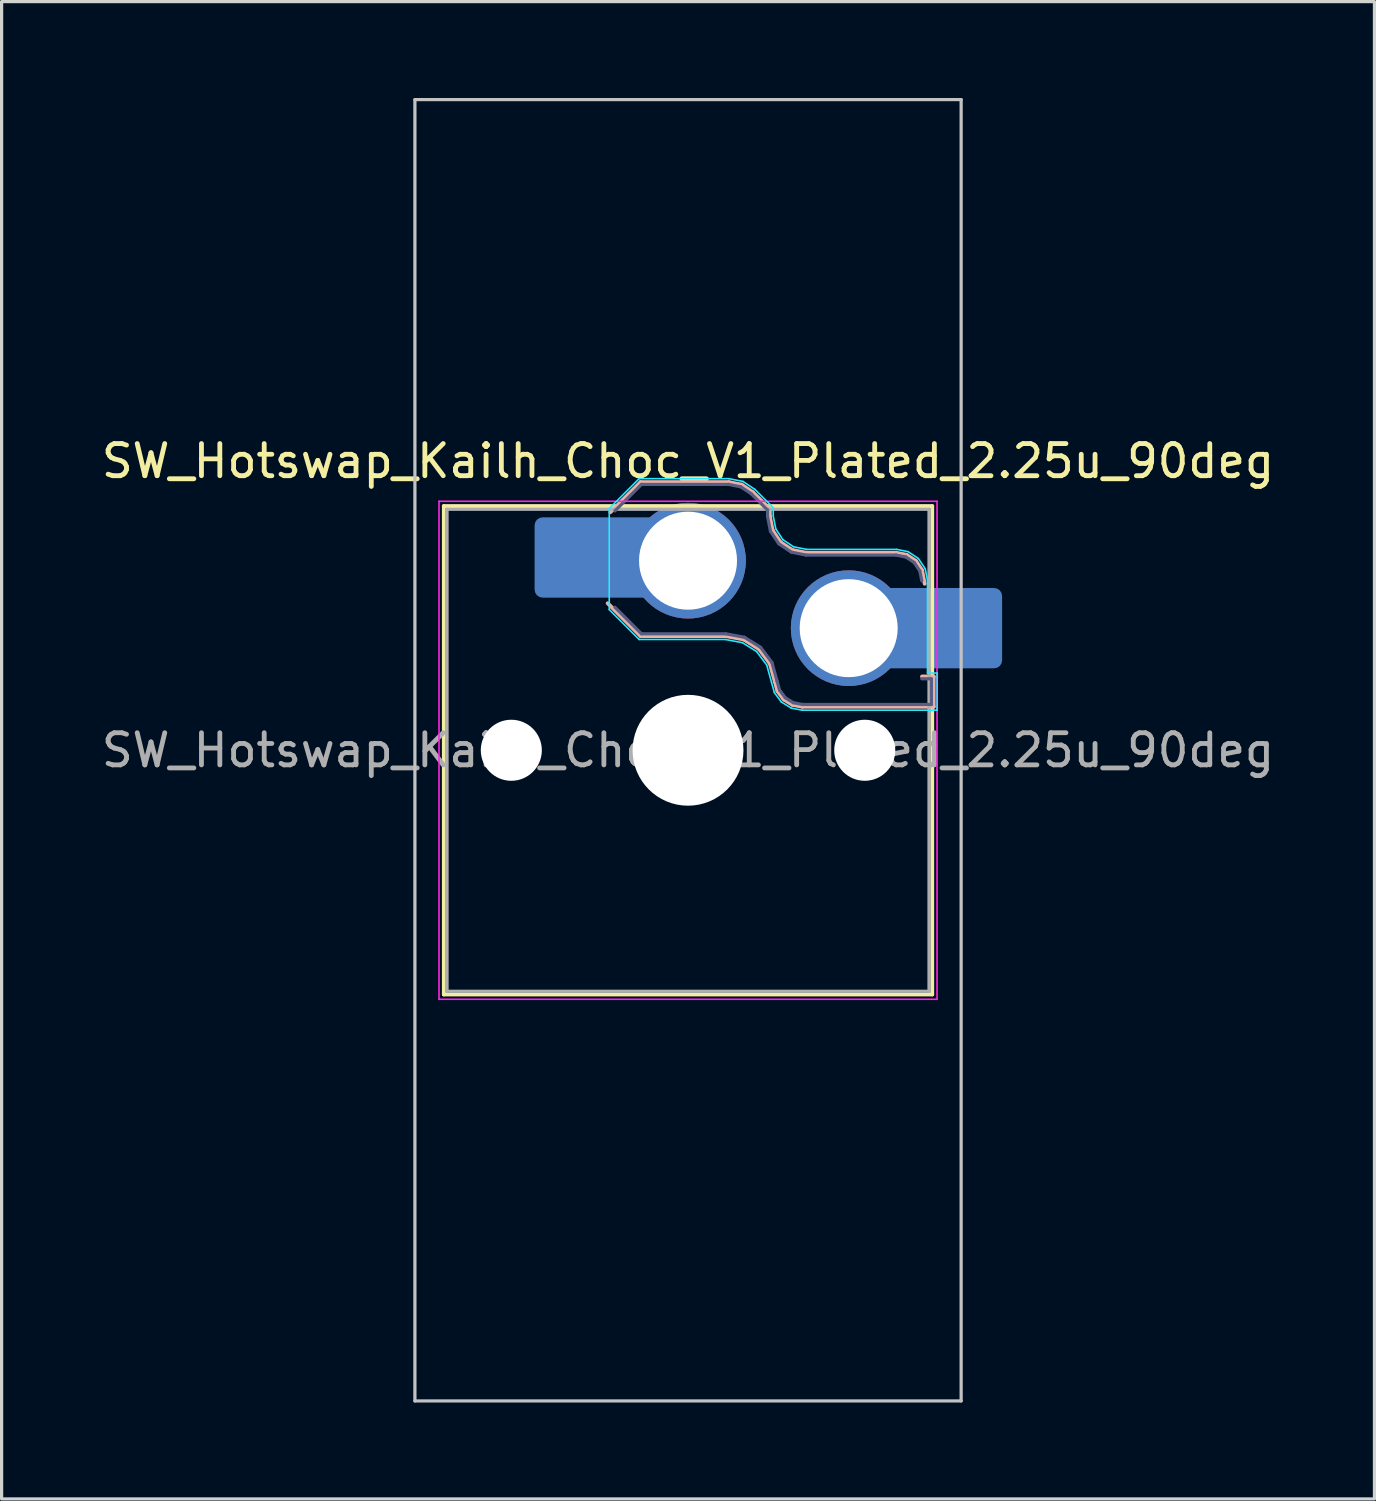
<source format=kicad_pcb>
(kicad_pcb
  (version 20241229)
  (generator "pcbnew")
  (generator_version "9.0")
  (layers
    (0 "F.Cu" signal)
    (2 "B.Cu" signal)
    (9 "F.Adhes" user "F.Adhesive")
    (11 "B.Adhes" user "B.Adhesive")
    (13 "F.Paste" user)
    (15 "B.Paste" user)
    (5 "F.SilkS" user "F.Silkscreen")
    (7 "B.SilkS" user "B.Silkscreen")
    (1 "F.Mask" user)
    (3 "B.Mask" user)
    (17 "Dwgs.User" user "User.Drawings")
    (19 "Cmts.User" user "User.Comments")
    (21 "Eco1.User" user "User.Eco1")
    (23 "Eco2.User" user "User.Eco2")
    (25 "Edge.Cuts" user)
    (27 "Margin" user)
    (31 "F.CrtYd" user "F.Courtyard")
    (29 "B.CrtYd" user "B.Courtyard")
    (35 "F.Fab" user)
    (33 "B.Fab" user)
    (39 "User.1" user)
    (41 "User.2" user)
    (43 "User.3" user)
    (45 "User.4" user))
  (footprint "SW_Hotswap_Kailh_Choc_V1_Plated_2.25u_90deg"
    (layer "F.Cu")
    (at 18.363 20.3)
    (property "Reference" "SW_Hotswap_Kailh_Choc_V1_Plated_2.25u_90deg" (at 0 -9 0) (layer "F.SilkS") (effects (font (size 1 1) (thickness 0.15))))
    (attr smd)
    (fp_line (start -7.6 -7.6) (end -7.6 7.6) (stroke (width 0.12) (type solid)) (layer "F.SilkS"))
    (fp_line (start -7.6 7.6) (end 7.6 7.6) (stroke (width 0.12) (type solid)) (layer "F.SilkS"))
    (fp_line (start 7.6 -7.6) (end -7.6 -7.6) (stroke (width 0.12) (type solid)) (layer "F.SilkS"))
    (fp_line (start 7.6 7.6) (end 7.6 -7.6) (stroke (width 0.12) (type solid)) (layer "F.SilkS"))
    (fp_line (start -2.416 -7.409) (end -1.479 -8.346) (stroke (width 0.12) (type solid)) (layer "B.SilkS"))
    (fp_line (start -1.479 -8.346) (end 1.268 -8.346) (stroke (width 0.12) (type solid)) (layer "B.SilkS"))
    (fp_line (start -1.479 -3.554) (end -2.5 -4.575) (stroke (width 0.12) (type solid)) (layer "B.SilkS"))
    (fp_line (start 1.168 -3.554) (end -1.479 -3.554) (stroke (width 0.12) (type solid)) (layer "B.SilkS"))
    (fp_line (start 1.268 -8.346) (end 1.671 -8.266) (stroke (width 0.12) (type solid)) (layer "B.SilkS"))
    (fp_line (start 1.671 -8.266) (end 2.013 -8.037) (stroke (width 0.12) (type solid)) (layer "B.SilkS"))
    (fp_line (start 1.73 -3.449) (end 1.168 -3.554) (stroke (width 0.12) (type solid)) (layer "B.SilkS"))
    (fp_line (start 2.013 -8.037) (end 2.546 -7.504) (stroke (width 0.12) (type solid)) (layer "B.SilkS"))
    (fp_line (start 2.209 -3.15) (end 1.73 -3.449) (stroke (width 0.12) (type solid)) (layer "B.SilkS"))
    (fp_line (start 2.546 -7.504) (end 2.546 -7.282) (stroke (width 0.12) (type solid)) (layer "B.SilkS"))
    (fp_line (start 2.546 -7.282) (end 2.633 -6.844) (stroke (width 0.12) (type solid)) (layer "B.SilkS"))
    (fp_line (start 2.547 -2.697) (end 2.209 -3.15) (stroke (width 0.12) (type solid)) (layer "B.SilkS"))
    (fp_line (start 2.633 -6.844) (end 2.877 -6.477) (stroke (width 0.12) (type solid)) (layer "B.SilkS"))
    (fp_line (start 2.701 -2.139) (end 2.547 -2.697) (stroke (width 0.12) (type solid)) (layer "B.SilkS"))
    (fp_line (start 2.783 -1.841) (end 2.701 -2.139) (stroke (width 0.12) (type solid)) (layer "B.SilkS"))
    (fp_line (start 2.877 -6.477) (end 3.244 -6.233) (stroke (width 0.12) (type solid)) (layer "B.SilkS"))
    (fp_line (start 2.976 -1.583) (end 2.783 -1.841) (stroke (width 0.12) (type solid)) (layer "B.SilkS"))
    (fp_line (start 3.244 -6.233) (end 3.682 -6.146) (stroke (width 0.12) (type solid)) (layer "B.SilkS"))
    (fp_line (start 3.25 -1.413) (end 2.976 -1.583) (stroke (width 0.12) (type solid)) (layer "B.SilkS"))
    (fp_line (start 3.56 -1.354) (end 3.25 -1.413) (stroke (width 0.12) (type solid)) (layer "B.SilkS"))
    (fp_line (start 3.682 -6.146) (end 6.482 -6.146) (stroke (width 0.12) (type solid)) (layer "B.SilkS"))
    (fp_line (start 6.482 -6.146) (end 6.809 -6.081) (stroke (width 0.12) (type solid)) (layer "B.SilkS"))
    (fp_line (start 6.809 -6.081) (end 7.092 -5.892) (stroke (width 0.12) (type solid)) (layer "B.SilkS"))
    (fp_line (start 7.092 -5.892) (end 7.281 -5.609) (stroke (width 0.12) (type solid)) (layer "B.SilkS"))
    (fp_line (start 7.281 -5.609) (end 7.366 -5.182) (stroke (width 0.12) (type solid)) (layer "B.SilkS"))
    (fp_line (start 7.283 -2.296) (end 7.646 -2.296) (stroke (width 0.12) (type solid)) (layer "B.SilkS"))
    (fp_line (start 7.646 -2.296) (end 7.646 -1.354) (stroke (width 0.12) (type solid)) (layer "B.SilkS"))
    (fp_line (start 7.646 -1.354) (end 3.56 -1.354) (stroke (width 0.12) (type solid)) (layer "B.SilkS"))
    (fp_line (start -8.5 -20.25) (end 8.5 -20.25) (stroke (width 0.1) (type solid)) (layer "Dwgs.User"))
    (fp_line (start -8.5 20.25) (end -8.5 -20.25) (stroke (width 0.1) (type solid)) (layer "Dwgs.User"))
    (fp_line (start 8.5 -20.25) (end 8.5 20.25) (stroke (width 0.1) (type solid)) (layer "Dwgs.User"))
    (fp_line (start 8.5 20.25) (end -8.5 20.25) (stroke (width 0.1) (type solid)) (layer "Dwgs.User"))
    (fp_line (start -7.25 -7.25) (end -7.25 7.25) (stroke (width 0.1) (type solid)) (layer "Eco1.User"))
    (fp_line (start -7.25 7.25) (end 7.25 7.25) (stroke (width 0.1) (type solid)) (layer "Eco1.User"))
    (fp_line (start 7.25 -7.25) (end -7.25 -7.25) (stroke (width 0.1) (type solid)) (layer "Eco1.User"))
    (fp_line (start 7.25 7.25) (end 7.25 -7.25) (stroke (width 0.1) (type solid)) (layer "Eco1.User"))
    (fp_line (start -2.452 -7.523) (end -1.523 -8.452) (stroke (width 0.05) (type solid)) (layer "B.CrtYd"))
    (fp_line (start -2.452 -4.377) (end -2.452 -7.523) (stroke (width 0.05) (type solid)) (layer "B.CrtYd"))
    (fp_line (start -1.523 -8.452) (end 1.278 -8.452) (stroke (width 0.05) (type solid)) (layer "B.CrtYd"))
    (fp_line (start -1.523 -3.448) (end -2.452 -4.377) (stroke (width 0.05) (type solid)) (layer "B.CrtYd"))
    (fp_line (start 1.159 -3.448) (end -1.523 -3.448) (stroke (width 0.05) (type solid)) (layer "B.CrtYd"))
    (fp_line (start 1.278 -8.452) (end 1.712 -8.366) (stroke (width 0.05) (type solid)) (layer "B.CrtYd"))
    (fp_line (start 1.691 -3.348) (end 1.159 -3.448) (stroke (width 0.05) (type solid)) (layer "B.CrtYd"))
    (fp_line (start 1.712 -8.366) (end 2.081 -8.119) (stroke (width 0.05) (type solid)) (layer "B.CrtYd"))
    (fp_line (start 2.081 -8.119) (end 2.652 -7.548) (stroke (width 0.05) (type solid)) (layer "B.CrtYd"))
    (fp_line (start 2.136 -3.071) (end 1.691 -3.348) (stroke (width 0.05) (type solid)) (layer "B.CrtYd"))
    (fp_line (start 2.45 -2.65) (end 2.136 -3.071) (stroke (width 0.05) (type solid)) (layer "B.CrtYd"))
    (fp_line (start 2.599 -2.111) (end 2.45 -2.65) (stroke (width 0.05) (type solid)) (layer "B.CrtYd"))
    (fp_line (start 2.652 -7.548) (end 2.652 -7.292) (stroke (width 0.05) (type solid)) (layer "B.CrtYd"))
    (fp_line (start 2.652 -7.292) (end 2.733 -6.885) (stroke (width 0.05) (type solid)) (layer "B.CrtYd"))
    (fp_line (start 2.687 -1.794) (end 2.599 -2.111) (stroke (width 0.05) (type solid)) (layer "B.CrtYd"))
    (fp_line (start 2.733 -6.885) (end 2.953 -6.553) (stroke (width 0.05) (type solid)) (layer "B.CrtYd"))
    (fp_line (start 2.903 -1.503) (end 2.687 -1.794) (stroke (width 0.05) (type solid)) (layer "B.CrtYd"))
    (fp_line (start 2.953 -6.553) (end 3.285 -6.333) (stroke (width 0.05) (type solid)) (layer "B.CrtYd"))
    (fp_line (start 3.211 -1.312) (end 2.903 -1.503) (stroke (width 0.05) (type solid)) (layer "B.CrtYd"))
    (fp_line (start 3.285 -6.333) (end 3.692 -6.252) (stroke (width 0.05) (type solid)) (layer "B.CrtYd"))
    (fp_line (start 3.55 -1.248) (end 3.211 -1.312) (stroke (width 0.05) (type solid)) (layer "B.CrtYd"))
    (fp_line (start 3.692 -6.252) (end 6.492 -6.252) (stroke (width 0.05) (type solid)) (layer "B.CrtYd"))
    (fp_line (start 6.492 -6.252) (end 6.85 -6.181) (stroke (width 0.05) (type solid)) (layer "B.CrtYd"))
    (fp_line (start 6.85 -6.181) (end 7.168 -5.968) (stroke (width 0.05) (type solid)) (layer "B.CrtYd"))
    (fp_line (start 7.168 -5.968) (end 7.381 -5.65) (stroke (width 0.05) (type solid)) (layer "B.CrtYd"))
    (fp_line (start 7.381 -5.65) (end 7.452 -5.292) (stroke (width 0.05) (type solid)) (layer "B.CrtYd"))
    (fp_line (start 7.452 -5.292) (end 7.452 -2.402) (stroke (width 0.05) (type solid)) (layer "B.CrtYd"))
    (fp_line (start 7.452 -2.402) (end 7.752 -2.402) (stroke (width 0.05) (type solid)) (layer "B.CrtYd"))
    (fp_line (start 7.752 -2.402) (end 7.752 -1.248) (stroke (width 0.05) (type solid)) (layer "B.CrtYd"))
    (fp_line (start 7.752 -1.248) (end 3.55 -1.248) (stroke (width 0.05) (type solid)) (layer "B.CrtYd"))
    (fp_line (start -7.75 -7.75) (end -7.75 7.75) (stroke (width 0.05) (type solid)) (layer "F.CrtYd"))
    (fp_line (start -7.75 7.75) (end 7.75 7.75) (stroke (width 0.05) (type solid)) (layer "F.CrtYd"))
    (fp_line (start 7.75 -7.75) (end -7.75 -7.75) (stroke (width 0.05) (type solid)) (layer "F.CrtYd"))
    (fp_line (start 7.75 7.75) (end 7.75 -7.75) (stroke (width 0.05) (type solid)) (layer "F.CrtYd"))
    (fp_line (start -2.275 -7.45) (end -1.45 -8.275) (stroke (width 0.1) (type solid)) (layer "B.Fab"))
    (fp_line (start -1.45 -8.275) (end 1.261 -8.275) (stroke (width 0.1) (type solid)) (layer "B.Fab"))
    (fp_line (start -1.45 -3.625) (end -2.275 -4.45) (stroke (width 0.1) (type solid)) (layer "B.Fab"))
    (fp_line (start 1.175 -3.625) (end -1.45 -3.625) (stroke (width 0.1) (type solid)) (layer "B.Fab"))
    (fp_line (start 1.261 -8.275) (end 1.643 -8.199) (stroke (width 0.1) (type solid)) (layer "B.Fab"))
    (fp_line (start 1.643 -8.199) (end 1.968 -7.982) (stroke (width 0.1) (type solid)) (layer "B.Fab"))
    (fp_line (start 1.756 -3.516) (end 1.175 -3.625) (stroke (width 0.1) (type solid)) (layer "B.Fab"))
    (fp_line (start 1.968 -7.982) (end 2.475 -7.475) (stroke (width 0.1) (type solid)) (layer "B.Fab"))
    (fp_line (start 2.258 -3.203) (end 1.756 -3.516) (stroke (width 0.1) (type solid)) (layer "B.Fab"))
    (fp_line (start 2.475 -7.475) (end 2.475 -7.275) (stroke (width 0.1) (type solid)) (layer "B.Fab"))
    (fp_line (start 2.475 -7.275) (end 2.566 -6.816) (stroke (width 0.1) (type solid)) (layer "B.Fab"))
    (fp_line (start 2.566 -6.816) (end 2.826 -6.426) (stroke (width 0.1) (type solid)) (layer "B.Fab"))
    (fp_line (start 2.612 -2.729) (end 2.258 -3.203) (stroke (width 0.1) (type solid)) (layer "B.Fab"))
    (fp_line (start 2.769 -2.158) (end 2.612 -2.729) (stroke (width 0.1) (type solid)) (layer "B.Fab"))
    (fp_line (start 2.826 -6.426) (end 3.216 -6.166) (stroke (width 0.1) (type solid)) (layer "B.Fab"))
    (fp_line (start 2.848 -1.873) (end 2.769 -2.158) (stroke (width 0.1) (type solid)) (layer "B.Fab"))
    (fp_line (start 3.025 -1.636) (end 2.848 -1.873) (stroke (width 0.1) (type solid)) (layer "B.Fab"))
    (fp_line (start 3.216 -6.166) (end 3.675 -6.075) (stroke (width 0.1) (type solid)) (layer "B.Fab"))
    (fp_line (start 3.276 -1.48) (end 3.025 -1.636) (stroke (width 0.1) (type solid)) (layer "B.Fab"))
    (fp_line (start 3.567 -1.425) (end 3.276 -1.48) (stroke (width 0.1) (type solid)) (layer "B.Fab"))
    (fp_line (start 3.675 -6.075) (end 6.475 -6.075) (stroke (width 0.1) (type solid)) (layer "B.Fab"))
    (fp_line (start 6.475 -6.075) (end 6.781 -6.014) (stroke (width 0.1) (type solid)) (layer "B.Fab"))
    (fp_line (start 6.781 -6.014) (end 7.041 -5.841) (stroke (width 0.1) (type solid)) (layer "B.Fab"))
    (fp_line (start 7.041 -5.841) (end 7.214 -5.581) (stroke (width 0.1) (type solid)) (layer "B.Fab"))
    (fp_line (start 7.214 -5.581) (end 7.275 -5.275) (stroke (width 0.1) (type solid)) (layer "B.Fab"))
    (fp_line (start 7.275 -2.225) (end 7.575 -2.225) (stroke (width 0.1) (type solid)) (layer "B.Fab"))
    (fp_line (start 7.575 -2.225) (end 7.575 -1.425) (stroke (width 0.1) (type solid)) (layer "B.Fab"))
    (fp_line (start 7.575 -1.425) (end 3.567 -1.425) (stroke (width 0.1) (type solid)) (layer "B.Fab"))
    (fp_line (start -7.5 -7.5) (end -7.5 7.5) (stroke (width 0.1) (type solid)) (layer "F.Fab"))
    (fp_line (start -7.5 7.5) (end 7.5 7.5) (stroke (width 0.1) (type solid)) (layer "F.Fab"))
    (fp_line (start 7.5 -7.5) (end -7.5 -7.5) (stroke (width 0.1) (type solid)) (layer "F.Fab"))
    (fp_line (start 7.5 7.5) (end 7.5 -7.5) (stroke (width 0.1) (type solid)) (layer "F.Fab"))
    (fp_text user "${REFERENCE}" (at 0 0 0) (layer "F.Fab") (effects (font (size 1 1) (thickness 0.15))))
    (pad "" np_thru_hole circle (at -5.5 0) (size 1.9 1.9) (drill 1.9) (layers "*.Cu" "*.Mask"))
    (pad "" smd roundrect (at -3.5 -6) (size 2.55 2.5) (layers "B.Mask" "B.Paste") (roundrect_rratio 0.1))
    (pad "" smd circle (at 0 -5.9) (size 3.1 3.1) (layers "F.Mask"))
    (pad "" np_thru_hole circle (at 0 0) (size 3.45 3.45) (drill 3.45) (layers "*.Cu" "*.Mask"))
    (pad "" smd circle (at 5 -3.8) (size 3.1 3.1) (layers "F.Mask"))
    (pad "" np_thru_hole circle (at 5.5 0) (size 1.9 1.9) (drill 1.9) (layers "*.Cu" "*.Mask"))
    (pad "" smd roundrect (at 8.5 -3.8) (size 2.55 2.5) (layers "B.Mask" "B.Paste") (roundrect_rratio 0.1))
    (pad "1" smd roundrect (at -2.85 -6) (size 3.85 2.5) (layers "B.Cu") (roundrect_rratio 0.1))
    (pad "1" thru_hole circle (at 0 -5.9) (size 3.6 3.6) (drill 3.05) (layers "*.Cu" "B.Mask"))
    (pad "2" thru_hole circle (at 5 -3.8) (size 3.6 3.6) (drill 3.05) (layers "*.Cu" "B.Mask"))
    (pad "2" smd roundrect (at 7.85 -3.8) (size 3.85 2.5) (layers "B.Cu") (roundrect_rratio 0.1)))
  (gr_rect
    (start -3 -3)
    (end 39.726 43.6)
    (stroke (width 0.1) (type default))
    (fill no)
    (layer "Edge.Cuts")))
</source>
